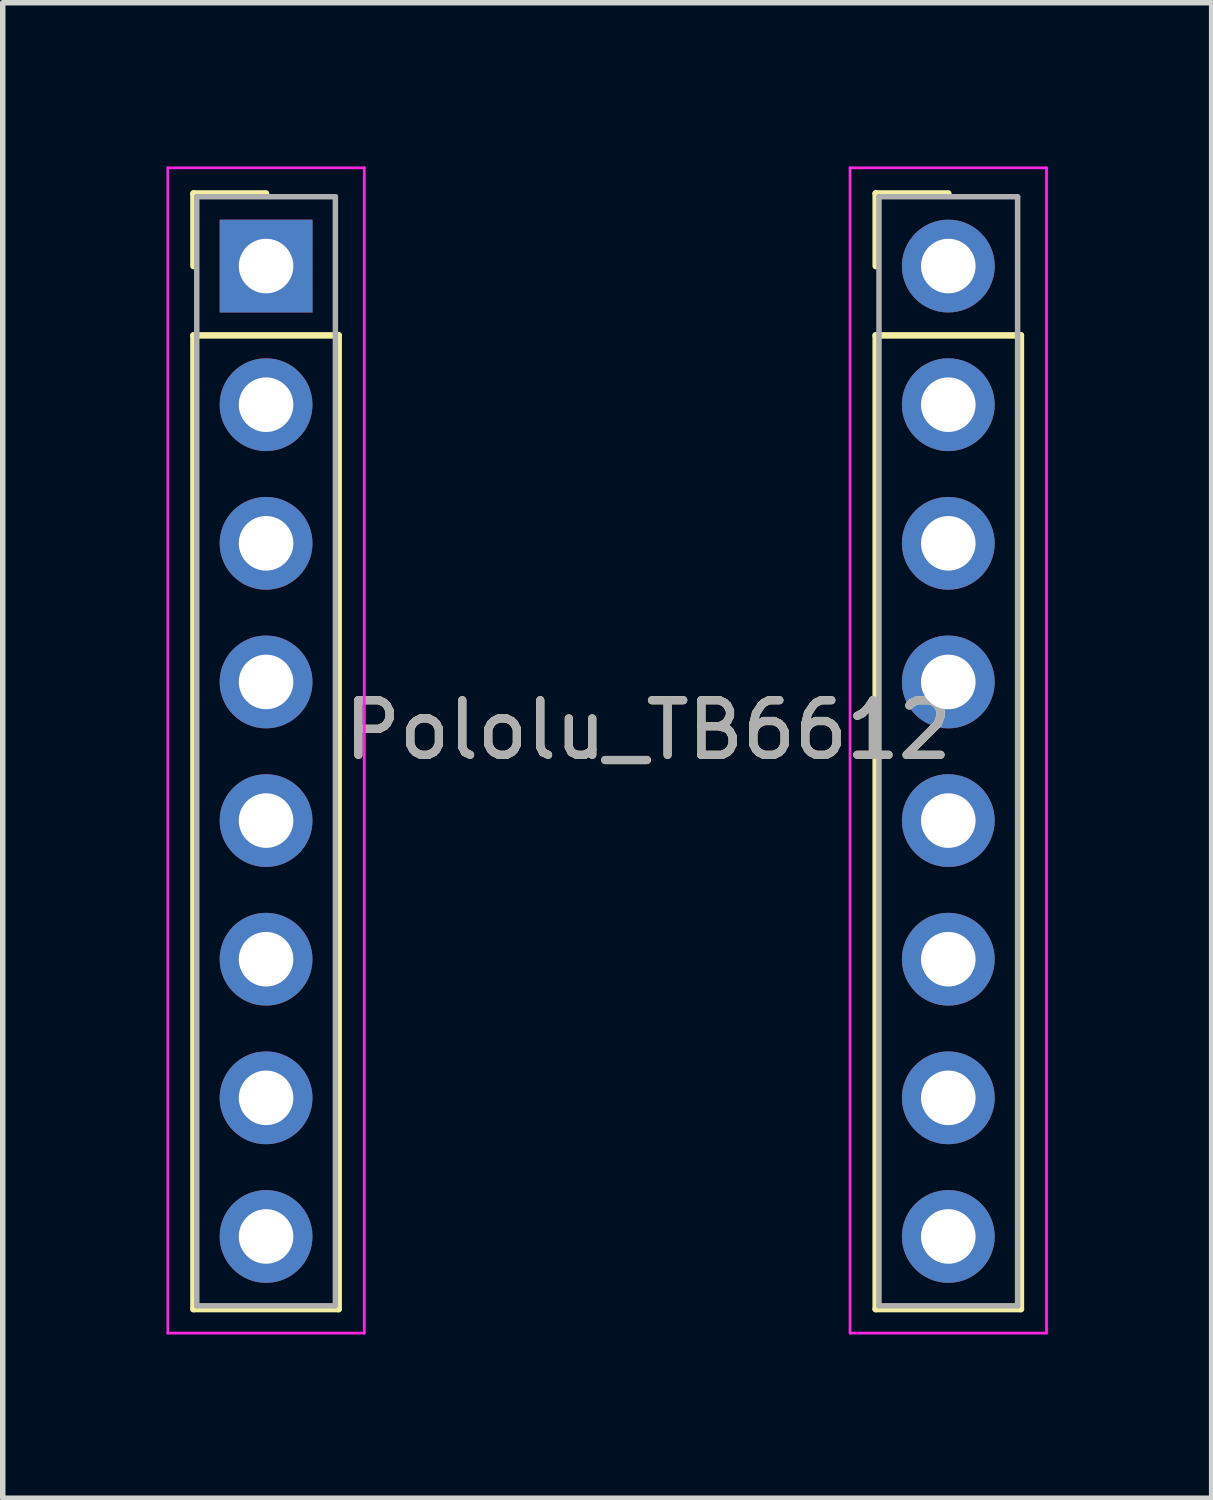
<source format=kicad_pcb>
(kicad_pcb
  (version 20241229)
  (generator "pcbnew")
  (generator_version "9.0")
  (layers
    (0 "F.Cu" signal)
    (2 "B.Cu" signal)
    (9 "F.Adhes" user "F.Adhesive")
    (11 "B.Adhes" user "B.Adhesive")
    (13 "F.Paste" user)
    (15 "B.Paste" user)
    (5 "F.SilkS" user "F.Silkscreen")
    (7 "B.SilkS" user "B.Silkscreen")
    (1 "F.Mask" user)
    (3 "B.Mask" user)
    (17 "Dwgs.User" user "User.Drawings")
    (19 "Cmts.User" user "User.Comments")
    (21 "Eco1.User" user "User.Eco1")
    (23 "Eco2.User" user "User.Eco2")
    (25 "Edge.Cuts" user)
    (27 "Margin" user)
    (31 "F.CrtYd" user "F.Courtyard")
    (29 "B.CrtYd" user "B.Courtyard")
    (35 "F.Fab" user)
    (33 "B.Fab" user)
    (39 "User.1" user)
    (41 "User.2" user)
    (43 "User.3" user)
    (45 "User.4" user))
  (footprint "Pololu_TB6612"
    (layer "F.Cu")
    (at 1.825 1.825)
    (property "Reference" "Pololu_TB6612" (at 7 8.5 0) (layer "F.SilkS") (effects (font (size 1 1) (thickness 0.15))))
    (attr through_hole)
    (fp_line (start -1.33 -1.33) (end 0 -1.33) (stroke (width 0.12) (type solid)) (layer "F.SilkS"))
    (fp_line (start -1.33 0) (end -1.33 -1.33) (stroke (width 0.12) (type solid)) (layer "F.SilkS"))
    (fp_line (start -1.33 1.27) (end -1.33 19.11) (stroke (width 0.12) (type solid)) (layer "F.SilkS"))
    (fp_line (start -1.33 19.11) (end 1.33 19.11) (stroke (width 0.12) (type solid)) (layer "F.SilkS"))
    (fp_line (start 1.33 1.27) (end -1.33 1.27) (stroke (width 0.12) (type solid)) (layer "F.SilkS"))
    (fp_line (start 1.33 19.11) (end 1.33 1.27) (stroke (width 0.12) (type solid)) (layer "F.SilkS"))
    (fp_line (start 11.17 -1.33) (end 12.5 -1.33) (stroke (width 0.12) (type solid)) (layer "F.SilkS"))
    (fp_line (start 11.17 0) (end 11.17 -1.33) (stroke (width 0.12) (type solid)) (layer "F.SilkS"))
    (fp_line (start 11.17 1.27) (end 11.17 19.11) (stroke (width 0.12) (type solid)) (layer "F.SilkS"))
    (fp_line (start 11.17 19.11) (end 13.83 19.11) (stroke (width 0.12) (type solid)) (layer "F.SilkS"))
    (fp_line (start 13.83 1.27) (end 11.17 1.27) (stroke (width 0.12) (type solid)) (layer "F.SilkS"))
    (fp_line (start 13.83 19.11) (end 13.83 1.27) (stroke (width 0.12) (type solid)) (layer "F.SilkS"))
    (fp_line (start -1.8 -1.8) (end -1.8 19.55) (stroke (width 0.05) (type solid)) (layer "F.CrtYd"))
    (fp_line (start -1.8 19.55) (end 1.8 19.55) (stroke (width 0.05) (type solid)) (layer "F.CrtYd"))
    (fp_line (start 1.8 -1.8) (end -1.8 -1.8) (stroke (width 0.05) (type solid)) (layer "F.CrtYd"))
    (fp_line (start 1.8 19.55) (end 1.8 -1.8) (stroke (width 0.05) (type solid)) (layer "F.CrtYd"))
    (fp_line (start 10.7 -1.8) (end 10.7 19.55) (stroke (width 0.05) (type solid)) (layer "F.CrtYd"))
    (fp_line (start 10.7 19.55) (end 14.3 19.55) (stroke (width 0.05) (type solid)) (layer "F.CrtYd"))
    (fp_line (start 14.3 -1.8) (end 10.7 -1.8) (stroke (width 0.05) (type solid)) (layer "F.CrtYd"))
    (fp_line (start 14.3 19.55) (end 14.3 -1.8) (stroke (width 0.05) (type solid)) (layer "F.CrtYd"))
    (fp_line (start -1.27 -1.27) (end -1.27 19.05) (stroke (width 0.1) (type solid)) (layer "F.Fab"))
    (fp_line (start -1.27 19.05) (end 1.27 19.05) (stroke (width 0.1) (type solid)) (layer "F.Fab"))
    (fp_line (start 1.27 -1.27) (end -1.27 -1.27) (stroke (width 0.1) (type solid)) (layer "F.Fab"))
    (fp_line (start 1.27 19.05) (end 1.27 -1.27) (stroke (width 0.1) (type solid)) (layer "F.Fab"))
    (fp_line (start 11.23 -1.27) (end 11.23 19.05) (stroke (width 0.1) (type solid)) (layer "F.Fab"))
    (fp_line (start 11.23 19.05) (end 13.77 19.05) (stroke (width 0.1) (type solid)) (layer "F.Fab"))
    (fp_line (start 13.77 -1.27) (end 11.23 -1.27) (stroke (width 0.1) (type solid)) (layer "F.Fab"))
    (fp_line (start 13.77 19.05) (end 13.77 -1.27) (stroke (width 0.1) (type solid)) (layer "F.Fab"))
    (fp_text user "${REFERENCE}" (at 7 8.5 0) (layer "F.Fab") (effects (font (size 1 1) (thickness 0.15))))
    (pad "1" thru_hole rect (at 0 0) (size 1.7 1.7) (drill 1) (layers "*.Cu" "*.Mask"))
    (pad "2" thru_hole oval (at 0 2.54) (size 1.7 1.7) (drill 1) (layers "*.Cu" "*.Mask"))
    (pad "3" thru_hole oval (at 0 5.08) (size 1.7 1.7) (drill 1) (layers "*.Cu" "*.Mask"))
    (pad "4" thru_hole oval (at 0 7.62) (size 1.7 1.7) (drill 1) (layers "*.Cu" "*.Mask"))
    (pad "5" thru_hole oval (at 0 10.16) (size 1.7 1.7) (drill 1) (layers "*.Cu" "*.Mask"))
    (pad "6" thru_hole oval (at 0 12.7) (size 1.7 1.7) (drill 1) (layers "*.Cu" "*.Mask"))
    (pad "7" thru_hole oval (at 0 15.24) (size 1.7 1.7) (drill 1) (layers "*.Cu" "*.Mask"))
    (pad "8" thru_hole oval (at 0 17.78) (size 1.7 1.7) (drill 1) (layers "*.Cu" "*.Mask"))
    (pad "9" thru_hole oval (at 12.5 17.78) (size 1.7 1.7) (drill 1) (layers "*.Cu" "*.Mask"))
    (pad "10" thru_hole oval (at 12.5 15.24) (size 1.7 1.7) (drill 1) (layers "*.Cu" "*.Mask"))
    (pad "11" thru_hole oval (at 12.5 12.7) (size 1.7 1.7) (drill 1) (layers "*.Cu" "*.Mask"))
    (pad "12" thru_hole oval (at 12.5 10.16) (size 1.7 1.7) (drill 1) (layers "*.Cu" "*.Mask"))
    (pad "13" thru_hole oval (at 12.5 7.62) (size 1.7 1.7) (drill 1) (layers "*.Cu" "*.Mask"))
    (pad "14" thru_hole oval (at 12.5 5.08) (size 1.7 1.7) (drill 1) (layers "*.Cu" "*.Mask"))
    (pad "15" thru_hole oval (at 12.5 2.54) (size 1.7 1.7) (drill 1) (layers "*.Cu" "*.Mask"))
    (pad "16" thru_hole circle (at 12.5 0) (size 1.7 1.7) (drill 1) (layers "*.Cu" "*.Mask")))
  (gr_rect
    (start -3 -3)
    (end 19.15 24.4)
    (stroke (width 0.1) (type default))
    (fill no)
    (layer "Edge.Cuts")))
</source>
